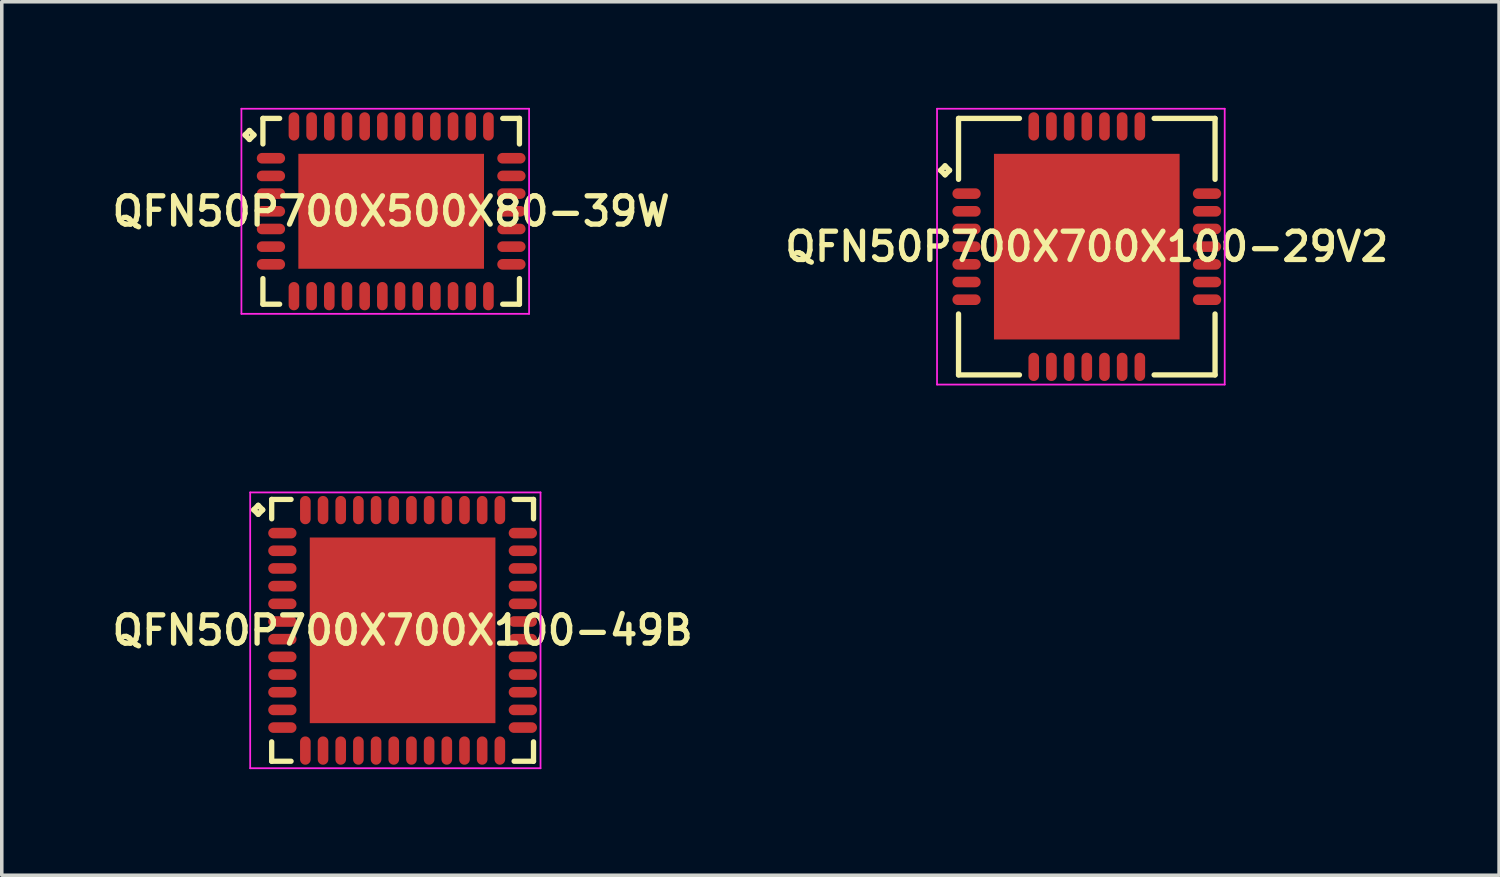
<source format=kicad_pcb>
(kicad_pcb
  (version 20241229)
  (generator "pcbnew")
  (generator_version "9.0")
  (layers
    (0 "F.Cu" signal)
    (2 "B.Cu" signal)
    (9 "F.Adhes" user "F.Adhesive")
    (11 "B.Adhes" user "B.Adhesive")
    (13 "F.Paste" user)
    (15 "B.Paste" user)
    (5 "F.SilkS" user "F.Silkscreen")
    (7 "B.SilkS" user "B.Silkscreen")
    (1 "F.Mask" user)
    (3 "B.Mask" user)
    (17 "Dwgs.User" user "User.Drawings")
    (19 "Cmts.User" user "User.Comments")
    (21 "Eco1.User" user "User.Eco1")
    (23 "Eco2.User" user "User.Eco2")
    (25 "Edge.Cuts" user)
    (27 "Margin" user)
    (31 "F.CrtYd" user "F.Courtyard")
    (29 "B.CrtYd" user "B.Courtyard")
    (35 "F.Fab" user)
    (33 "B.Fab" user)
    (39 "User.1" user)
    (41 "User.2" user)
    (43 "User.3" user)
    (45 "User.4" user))
  (footprint "QFN50P700X700X100-49B"
    (layer "F.Cu")
    (at 8.335 14.775)
    (property "Reference" "QFN50P700X700X100-49B" (at 0 0 0) (layer "F.SilkS") (effects (font (size 0.8 0.8) (thickness 0.15))))
    (attr smd)
    (fp_line (start -4.21 -3.408) (end -4.083 -3.535) (stroke (width 0.15) (type solid)) (layer "F.SilkS"))
    (fp_line (start -4.083 -3.535) (end -3.956 -3.408) (stroke (width 0.15) (type solid)) (layer "F.SilkS"))
    (fp_line (start -4.083 -3.281) (end -4.21 -3.408) (stroke (width 0.15) (type solid)) (layer "F.SilkS"))
    (fp_line (start -3.956 -3.408) (end -4.083 -3.281) (stroke (width 0.15) (type solid)) (layer "F.SilkS"))
    (fp_line (start -3.702 -3.702) (end -3.154 -3.702) (stroke (width 0.15) (type solid)) (layer "F.SilkS"))
    (fp_line (start -3.702 -3.154) (end -3.702 -3.702) (stroke (width 0.15) (type solid)) (layer "F.SilkS"))
    (fp_line (start -3.702 3.154) (end -3.702 3.702) (stroke (width 0.15) (type solid)) (layer "F.SilkS"))
    (fp_line (start -3.702 3.702) (end -3.154 3.702) (stroke (width 0.15) (type solid)) (layer "F.SilkS"))
    (fp_line (start 3.154 -3.702) (end 3.702 -3.702) (stroke (width 0.15) (type solid)) (layer "F.SilkS"))
    (fp_line (start 3.154 3.702) (end 3.702 3.702) (stroke (width 0.15) (type solid)) (layer "F.SilkS"))
    (fp_line (start 3.702 -3.702) (end 3.702 -3.154) (stroke (width 0.15) (type solid)) (layer "F.SilkS"))
    (fp_line (start 3.702 3.702) (end 3.702 3.154) (stroke (width 0.15) (type solid)) (layer "F.SilkS"))
    (fp_line (start -4.31 -3.9) (end 3.9 -3.9) (stroke (width 0.05) (type solid)) (layer "F.CrtYd"))
    (fp_line (start -4.31 3.9) (end -4.31 -3.9) (stroke (width 0.05) (type solid)) (layer "F.CrtYd"))
    (fp_line (start 3.9 -3.9) (end 3.9 3.9) (stroke (width 0.05) (type solid)) (layer "F.CrtYd"))
    (fp_line (start 3.9 3.9) (end -4.31 3.9) (stroke (width 0.05) (type solid)) (layer "F.CrtYd"))
    (pad "1" smd oval (at -3.4 -2.75) (size 0.8 0.3) (layers "F.Cu" "F.Mask" "F.Paste"))
    (pad "2" smd oval (at -3.4 -2.25) (size 0.8 0.3) (layers "F.Cu" "F.Mask" "F.Paste"))
    (pad "3" smd oval (at -3.4 -1.75) (size 0.8 0.3) (layers "F.Cu" "F.Mask" "F.Paste"))
    (pad "4" smd oval (at -3.4 -1.25) (size 0.8 0.3) (layers "F.Cu" "F.Mask" "F.Paste"))
    (pad "5" smd oval (at -3.4 -0.75) (size 0.8 0.3) (layers "F.Cu" "F.Mask" "F.Paste"))
    (pad "6" smd oval (at -3.4 -0.25) (size 0.8 0.3) (layers "F.Cu" "F.Mask" "F.Paste"))
    (pad "7" smd oval (at -3.4 0.25) (size 0.8 0.3) (layers "F.Cu" "F.Mask" "F.Paste"))
    (pad "8" smd oval (at -3.4 0.75) (size 0.8 0.3) (layers "F.Cu" "F.Mask" "F.Paste"))
    (pad "9" smd oval (at -3.4 1.25) (size 0.8 0.3) (layers "F.Cu" "F.Mask" "F.Paste"))
    (pad "10" smd oval (at -3.4 1.75) (size 0.8 0.3) (layers "F.Cu" "F.Mask" "F.Paste"))
    (pad "11" smd oval (at -3.4 2.25) (size 0.8 0.3) (layers "F.Cu" "F.Mask" "F.Paste"))
    (pad "12" smd oval (at -3.4 2.75) (size 0.8 0.3) (layers "F.Cu" "F.Mask" "F.Paste"))
    (pad "13" smd oval (at -2.75 3.4) (size 0.3 0.8) (layers "F.Cu" "F.Mask" "F.Paste"))
    (pad "14" smd oval (at -2.25 3.4) (size 0.3 0.8) (layers "F.Cu" "F.Mask" "F.Paste"))
    (pad "15" smd oval (at -1.75 3.4) (size 0.3 0.8) (layers "F.Cu" "F.Mask" "F.Paste"))
    (pad "16" smd oval (at -1.25 3.4) (size 0.3 0.8) (layers "F.Cu" "F.Mask" "F.Paste"))
    (pad "17" smd oval (at -0.75 3.4) (size 0.3 0.8) (layers "F.Cu" "F.Mask" "F.Paste"))
    (pad "18" smd oval (at -0.25 3.4) (size 0.3 0.8) (layers "F.Cu" "F.Mask" "F.Paste"))
    (pad "19" smd oval (at 0.25 3.4) (size 0.3 0.8) (layers "F.Cu" "F.Mask" "F.Paste"))
    (pad "20" smd oval (at 0.75 3.4) (size 0.3 0.8) (layers "F.Cu" "F.Mask" "F.Paste"))
    (pad "21" smd oval (at 1.25 3.4) (size 0.3 0.8) (layers "F.Cu" "F.Mask" "F.Paste"))
    (pad "22" smd oval (at 1.75 3.4) (size 0.3 0.8) (layers "F.Cu" "F.Mask" "F.Paste"))
    (pad "23" smd oval (at 2.25 3.4) (size 0.3 0.8) (layers "F.Cu" "F.Mask" "F.Paste"))
    (pad "24" smd oval (at 2.75 3.4) (size 0.3 0.8) (layers "F.Cu" "F.Mask" "F.Paste"))
    (pad "25" smd oval (at 3.4 2.75) (size 0.8 0.3) (layers "F.Cu" "F.Mask" "F.Paste"))
    (pad "26" smd oval (at 3.4 2.25) (size 0.8 0.3) (layers "F.Cu" "F.Mask" "F.Paste"))
    (pad "27" smd oval (at 3.4 1.75) (size 0.8 0.3) (layers "F.Cu" "F.Mask" "F.Paste"))
    (pad "28" smd oval (at 3.4 1.25) (size 0.8 0.3) (layers "F.Cu" "F.Mask" "F.Paste"))
    (pad "29" smd oval (at 3.4 0.75) (size 0.8 0.3) (layers "F.Cu" "F.Mask" "F.Paste"))
    (pad "30" smd oval (at 3.4 0.25) (size 0.8 0.3) (layers "F.Cu" "F.Mask" "F.Paste"))
    (pad "31" smd oval (at 3.4 -0.25) (size 0.8 0.3) (layers "F.Cu" "F.Mask" "F.Paste"))
    (pad "32" smd oval (at 3.4 -0.75) (size 0.8 0.3) (layers "F.Cu" "F.Mask" "F.Paste"))
    (pad "33" smd oval (at 3.4 -1.25) (size 0.8 0.3) (layers "F.Cu" "F.Mask" "F.Paste"))
    (pad "34" smd oval (at 3.4 -1.75) (size 0.8 0.3) (layers "F.Cu" "F.Mask" "F.Paste"))
    (pad "35" smd oval (at 3.4 -2.25) (size 0.8 0.3) (layers "F.Cu" "F.Mask" "F.Paste"))
    (pad "36" smd oval (at 3.4 -2.75) (size 0.8 0.3) (layers "F.Cu" "F.Mask" "F.Paste"))
    (pad "37" smd oval (at 2.75 -3.4) (size 0.3 0.8) (layers "F.Cu" "F.Mask" "F.Paste"))
    (pad "38" smd oval (at 2.25 -3.4) (size 0.3 0.8) (layers "F.Cu" "F.Mask" "F.Paste"))
    (pad "39" smd oval (at 1.75 -3.4) (size 0.3 0.8) (layers "F.Cu" "F.Mask" "F.Paste"))
    (pad "40" smd oval (at 1.25 -3.4) (size 0.3 0.8) (layers "F.Cu" "F.Mask" "F.Paste"))
    (pad "41" smd oval (at 0.75 -3.4) (size 0.3 0.8) (layers "F.Cu" "F.Mask" "F.Paste"))
    (pad "42" smd oval (at 0.25 -3.4) (size 0.3 0.8) (layers "F.Cu" "F.Mask" "F.Paste"))
    (pad "43" smd oval (at -0.25 -3.4) (size 0.3 0.8) (layers "F.Cu" "F.Mask" "F.Paste"))
    (pad "44" smd oval (at -0.75 -3.4) (size 0.3 0.8) (layers "F.Cu" "F.Mask" "F.Paste"))
    (pad "45" smd oval (at -1.25 -3.4) (size 0.3 0.8) (layers "F.Cu" "F.Mask" "F.Paste"))
    (pad "46" smd oval (at -1.75 -3.4) (size 0.3 0.8) (layers "F.Cu" "F.Mask" "F.Paste"))
    (pad "47" smd oval (at -2.25 -3.4) (size 0.3 0.8) (layers "F.Cu" "F.Mask" "F.Paste"))
    (pad "48" smd oval (at -2.75 -3.4) (size 0.3 0.8) (layers "F.Cu" "F.Mask" "F.Paste"))
    (pad "49" smd rect (at 0 0) (size 5.25 5.25) (layers "F.Cu" "F.Mask" "F.Paste")))
  (footprint "QFN50P700X700X100-29V2"
    (layer "F.Cu")
    (at 27.683 3.925)
    (property "Reference" "QFN50P700X700X100-29V2" (at 0 0 0) (layer "F.SilkS") (effects (font (size 0.8 0.8) (thickness 0.15))))
    (attr smd)
    (fp_line (start -4.135 -2.158) (end -4.008 -2.285) (stroke (width 0.15) (type solid)) (layer "F.SilkS"))
    (fp_line (start -4.008 -2.285) (end -3.881 -2.158) (stroke (width 0.15) (type solid)) (layer "F.SilkS"))
    (fp_line (start -4.008 -2.031) (end -4.135 -2.158) (stroke (width 0.15) (type solid)) (layer "F.SilkS"))
    (fp_line (start -3.881 -2.158) (end -4.008 -2.031) (stroke (width 0.15) (type solid)) (layer "F.SilkS"))
    (fp_line (start -3.627 -3.627) (end -1.904 -3.627) (stroke (width 0.15) (type solid)) (layer "F.SilkS"))
    (fp_line (start -3.627 -1.904) (end -3.627 -3.627) (stroke (width 0.15) (type solid)) (layer "F.SilkS"))
    (fp_line (start -3.627 1.904) (end -3.627 3.627) (stroke (width 0.15) (type solid)) (layer "F.SilkS"))
    (fp_line (start -3.627 3.627) (end -1.904 3.627) (stroke (width 0.15) (type solid)) (layer "F.SilkS"))
    (fp_line (start 1.904 -3.627) (end 3.627 -3.627) (stroke (width 0.15) (type solid)) (layer "F.SilkS"))
    (fp_line (start 1.904 3.627) (end 3.627 3.627) (stroke (width 0.15) (type solid)) (layer "F.SilkS"))
    (fp_line (start 3.627 -3.627) (end 3.627 -1.904) (stroke (width 0.15) (type solid)) (layer "F.SilkS"))
    (fp_line (start 3.627 3.627) (end 3.627 1.904) (stroke (width 0.15) (type solid)) (layer "F.SilkS"))
    (fp_line (start -4.235 -3.9) (end 3.9 -3.9) (stroke (width 0.05) (type solid)) (layer "F.CrtYd"))
    (fp_line (start -4.235 3.9) (end -4.235 -3.9) (stroke (width 0.05) (type solid)) (layer "F.CrtYd"))
    (fp_line (start 3.9 -3.9) (end 3.9 3.9) (stroke (width 0.05) (type solid)) (layer "F.CrtYd"))
    (fp_line (start 3.9 3.9) (end -4.235 3.9) (stroke (width 0.05) (type solid)) (layer "F.CrtYd"))
    (pad "1" smd oval (at -3.4 -1.5) (size 0.8 0.3) (layers "F.Cu" "F.Mask" "F.Paste"))
    (pad "2" smd oval (at -3.4 -1) (size 0.8 0.3) (layers "F.Cu" "F.Mask" "F.Paste"))
    (pad "3" smd oval (at -3.4 -0.5) (size 0.8 0.3) (layers "F.Cu" "F.Mask" "F.Paste"))
    (pad "4" smd oval (at -3.4 0) (size 0.8 0.3) (layers "F.Cu" "F.Mask" "F.Paste"))
    (pad "5" smd oval (at -3.4 0.5) (size 0.8 0.3) (layers "F.Cu" "F.Mask" "F.Paste"))
    (pad "6" smd oval (at -3.4 1) (size 0.8 0.3) (layers "F.Cu" "F.Mask" "F.Paste"))
    (pad "7" smd oval (at -3.4 1.5) (size 0.8 0.3) (layers "F.Cu" "F.Mask" "F.Paste"))
    (pad "8" smd oval (at -1.5 3.4) (size 0.3 0.8) (layers "F.Cu" "F.Mask" "F.Paste"))
    (pad "9" smd oval (at -1 3.4) (size 0.3 0.8) (layers "F.Cu" "F.Mask" "F.Paste"))
    (pad "10" smd oval (at -0.5 3.4) (size 0.3 0.8) (layers "F.Cu" "F.Mask" "F.Paste"))
    (pad "11" smd oval (at 0 3.4) (size 0.3 0.8) (layers "F.Cu" "F.Mask" "F.Paste"))
    (pad "12" smd oval (at 0.5 3.4) (size 0.3 0.8) (layers "F.Cu" "F.Mask" "F.Paste"))
    (pad "13" smd oval (at 1 3.4) (size 0.3 0.8) (layers "F.Cu" "F.Mask" "F.Paste"))
    (pad "14" smd oval (at 1.5 3.4) (size 0.3 0.8) (layers "F.Cu" "F.Mask" "F.Paste"))
    (pad "15" smd oval (at 3.4 1.5) (size 0.8 0.3) (layers "F.Cu" "F.Mask" "F.Paste"))
    (pad "16" smd oval (at 3.4 1) (size 0.8 0.3) (layers "F.Cu" "F.Mask" "F.Paste"))
    (pad "17" smd oval (at 3.4 0.5) (size 0.8 0.3) (layers "F.Cu" "F.Mask" "F.Paste"))
    (pad "18" smd oval (at 3.4 0) (size 0.8 0.3) (layers "F.Cu" "F.Mask" "F.Paste"))
    (pad "19" smd oval (at 3.4 -0.5) (size 0.8 0.3) (layers "F.Cu" "F.Mask" "F.Paste"))
    (pad "20" smd oval (at 3.4 -1) (size 0.8 0.3) (layers "F.Cu" "F.Mask" "F.Paste"))
    (pad "21" smd oval (at 3.4 -1.5) (size 0.8 0.3) (layers "F.Cu" "F.Mask" "F.Paste"))
    (pad "22" smd oval (at 1.5 -3.4) (size 0.3 0.8) (layers "F.Cu" "F.Mask" "F.Paste"))
    (pad "23" smd oval (at 1 -3.4) (size 0.3 0.8) (layers "F.Cu" "F.Mask" "F.Paste"))
    (pad "24" smd oval (at 0.5 -3.4) (size 0.3 0.8) (layers "F.Cu" "F.Mask" "F.Paste"))
    (pad "25" smd oval (at 0 -3.4) (size 0.3 0.8) (layers "F.Cu" "F.Mask" "F.Paste"))
    (pad "26" smd oval (at -0.5 -3.4) (size 0.3 0.8) (layers "F.Cu" "F.Mask" "F.Paste"))
    (pad "27" smd oval (at -1 -3.4) (size 0.3 0.8) (layers "F.Cu" "F.Mask" "F.Paste"))
    (pad "28" smd oval (at -1.5 -3.4) (size 0.3 0.8) (layers "F.Cu" "F.Mask" "F.Paste"))
    (pad "29" smd rect (at 0 0) (size 5.25 5.25) (layers "F.Cu" "F.Mask" "F.Paste")))
  (footprint "QFN50P700X500X80-39W"
    (layer "F.Cu")
    (at 8.012 2.925)
    (property "Reference" "QFN50P700X500X80-39W" (at 0 0 0) (layer "F.SilkS") (effects (font (size 0.8 0.8) (thickness 0.15))))
    (attr smd)
    (fp_line (start -4.135 -2.158) (end -4.008 -2.285) (stroke (width 0.15) (type solid)) (layer "F.SilkS"))
    (fp_line (start -4.008 -2.285) (end -3.881 -2.158) (stroke (width 0.15) (type solid)) (layer "F.SilkS"))
    (fp_line (start -4.008 -2.031) (end -4.135 -2.158) (stroke (width 0.15) (type solid)) (layer "F.SilkS"))
    (fp_line (start -3.881 -2.158) (end -4.008 -2.031) (stroke (width 0.15) (type solid)) (layer "F.SilkS"))
    (fp_line (start -3.627 -2.627) (end -3.154 -2.627) (stroke (width 0.15) (type solid)) (layer "F.SilkS"))
    (fp_line (start -3.627 -1.904) (end -3.627 -2.627) (stroke (width 0.15) (type solid)) (layer "F.SilkS"))
    (fp_line (start -3.627 1.904) (end -3.627 2.627) (stroke (width 0.15) (type solid)) (layer "F.SilkS"))
    (fp_line (start -3.627 2.627) (end -3.154 2.627) (stroke (width 0.15) (type solid)) (layer "F.SilkS"))
    (fp_line (start 3.154 -2.627) (end 3.627 -2.627) (stroke (width 0.15) (type solid)) (layer "F.SilkS"))
    (fp_line (start 3.154 2.627) (end 3.627 2.627) (stroke (width 0.15) (type solid)) (layer "F.SilkS"))
    (fp_line (start 3.627 -2.627) (end 3.627 -1.904) (stroke (width 0.15) (type solid)) (layer "F.SilkS"))
    (fp_line (start 3.627 2.627) (end 3.627 1.904) (stroke (width 0.15) (type solid)) (layer "F.SilkS"))
    (fp_line (start -4.235 -2.9) (end 3.9 -2.9) (stroke (width 0.05) (type solid)) (layer "F.CrtYd"))
    (fp_line (start -4.235 2.9) (end -4.235 -2.9) (stroke (width 0.05) (type solid)) (layer "F.CrtYd"))
    (fp_line (start 3.9 -2.9) (end 3.9 2.9) (stroke (width 0.05) (type solid)) (layer "F.CrtYd"))
    (fp_line (start 3.9 2.9) (end -4.235 2.9) (stroke (width 0.05) (type solid)) (layer "F.CrtYd"))
    (pad "1" smd oval (at -3.4 -1.5) (size 0.8 0.3) (layers "F.Cu" "F.Mask" "F.Paste"))
    (pad "2" smd oval (at -3.4 -1) (size 0.8 0.3) (layers "F.Cu" "F.Mask" "F.Paste"))
    (pad "3" smd oval (at -3.4 -0.5) (size 0.8 0.3) (layers "F.Cu" "F.Mask" "F.Paste"))
    (pad "4" smd oval (at -3.4 0) (size 0.8 0.3) (layers "F.Cu" "F.Mask" "F.Paste"))
    (pad "5" smd oval (at -3.4 0.5) (size 0.8 0.3) (layers "F.Cu" "F.Mask" "F.Paste"))
    (pad "6" smd oval (at -3.4 1) (size 0.8 0.3) (layers "F.Cu" "F.Mask" "F.Paste"))
    (pad "7" smd oval (at -3.4 1.5) (size 0.8 0.3) (layers "F.Cu" "F.Mask" "F.Paste"))
    (pad "8" smd oval (at -2.75 2.4) (size 0.3 0.8) (layers "F.Cu" "F.Mask" "F.Paste"))
    (pad "9" smd oval (at -2.25 2.4) (size 0.3 0.8) (layers "F.Cu" "F.Mask" "F.Paste"))
    (pad "10" smd oval (at -1.75 2.4) (size 0.3 0.8) (layers "F.Cu" "F.Mask" "F.Paste"))
    (pad "11" smd oval (at -1.25 2.4) (size 0.3 0.8) (layers "F.Cu" "F.Mask" "F.Paste"))
    (pad "12" smd oval (at -0.75 2.4) (size 0.3 0.8) (layers "F.Cu" "F.Mask" "F.Paste"))
    (pad "13" smd oval (at -0.25 2.4) (size 0.3 0.8) (layers "F.Cu" "F.Mask" "F.Paste"))
    (pad "14" smd oval (at 0.25 2.4) (size 0.3 0.8) (layers "F.Cu" "F.Mask" "F.Paste"))
    (pad "15" smd oval (at 0.75 2.4) (size 0.3 0.8) (layers "F.Cu" "F.Mask" "F.Paste"))
    (pad "16" smd oval (at 1.25 2.4) (size 0.3 0.8) (layers "F.Cu" "F.Mask" "F.Paste"))
    (pad "17" smd oval (at 1.75 2.4) (size 0.3 0.8) (layers "F.Cu" "F.Mask" "F.Paste"))
    (pad "18" smd oval (at 2.25 2.4) (size 0.3 0.8) (layers "F.Cu" "F.Mask" "F.Paste"))
    (pad "19" smd oval (at 2.75 2.4) (size 0.3 0.8) (layers "F.Cu" "F.Mask" "F.Paste"))
    (pad "20" smd oval (at 3.4 1.5) (size 0.8 0.3) (layers "F.Cu" "F.Mask" "F.Paste"))
    (pad "21" smd oval (at 3.4 1) (size 0.8 0.3) (layers "F.Cu" "F.Mask" "F.Paste"))
    (pad "22" smd oval (at 3.4 0.5) (size 0.8 0.3) (layers "F.Cu" "F.Mask" "F.Paste"))
    (pad "23" smd oval (at 3.4 0) (size 0.8 0.3) (layers "F.Cu" "F.Mask" "F.Paste"))
    (pad "24" smd oval (at 3.4 -0.5) (size 0.8 0.3) (layers "F.Cu" "F.Mask" "F.Paste"))
    (pad "25" smd oval (at 3.4 -1) (size 0.8 0.3) (layers "F.Cu" "F.Mask" "F.Paste"))
    (pad "26" smd oval (at 3.4 -1.5) (size 0.8 0.3) (layers "F.Cu" "F.Mask" "F.Paste"))
    (pad "27" smd oval (at 2.75 -2.4) (size 0.3 0.8) (layers "F.Cu" "F.Mask" "F.Paste"))
    (pad "28" smd oval (at 2.25 -2.4) (size 0.3 0.8) (layers "F.Cu" "F.Mask" "F.Paste"))
    (pad "29" smd oval (at 1.75 -2.4) (size 0.3 0.8) (layers "F.Cu" "F.Mask" "F.Paste"))
    (pad "30" smd oval (at 1.25 -2.4) (size 0.3 0.8) (layers "F.Cu" "F.Mask" "F.Paste"))
    (pad "31" smd oval (at 0.75 -2.4) (size 0.3 0.8) (layers "F.Cu" "F.Mask" "F.Paste"))
    (pad "32" smd oval (at 0.25 -2.4) (size 0.3 0.8) (layers "F.Cu" "F.Mask" "F.Paste"))
    (pad "33" smd oval (at -0.25 -2.4) (size 0.3 0.8) (layers "F.Cu" "F.Mask" "F.Paste"))
    (pad "34" smd oval (at -0.75 -2.4) (size 0.3 0.8) (layers "F.Cu" "F.Mask" "F.Paste"))
    (pad "35" smd oval (at -1.25 -2.4) (size 0.3 0.8) (layers "F.Cu" "F.Mask" "F.Paste"))
    (pad "36" smd oval (at -1.75 -2.4) (size 0.3 0.8) (layers "F.Cu" "F.Mask" "F.Paste"))
    (pad "37" smd oval (at -2.25 -2.4) (size 0.3 0.8) (layers "F.Cu" "F.Mask" "F.Paste"))
    (pad "38" smd oval (at -2.75 -2.4) (size 0.3 0.8) (layers "F.Cu" "F.Mask" "F.Paste"))
    (pad "39" smd rect (at 0 0) (size 5.25 3.25) (layers "F.Cu" "F.Mask" "F.Paste")))
  (gr_rect
    (start -3 -3)
    (end 39.342 21.7)
    (stroke (width 0.1) (type default))
    (fill no)
    (layer "Edge.Cuts")))
</source>
